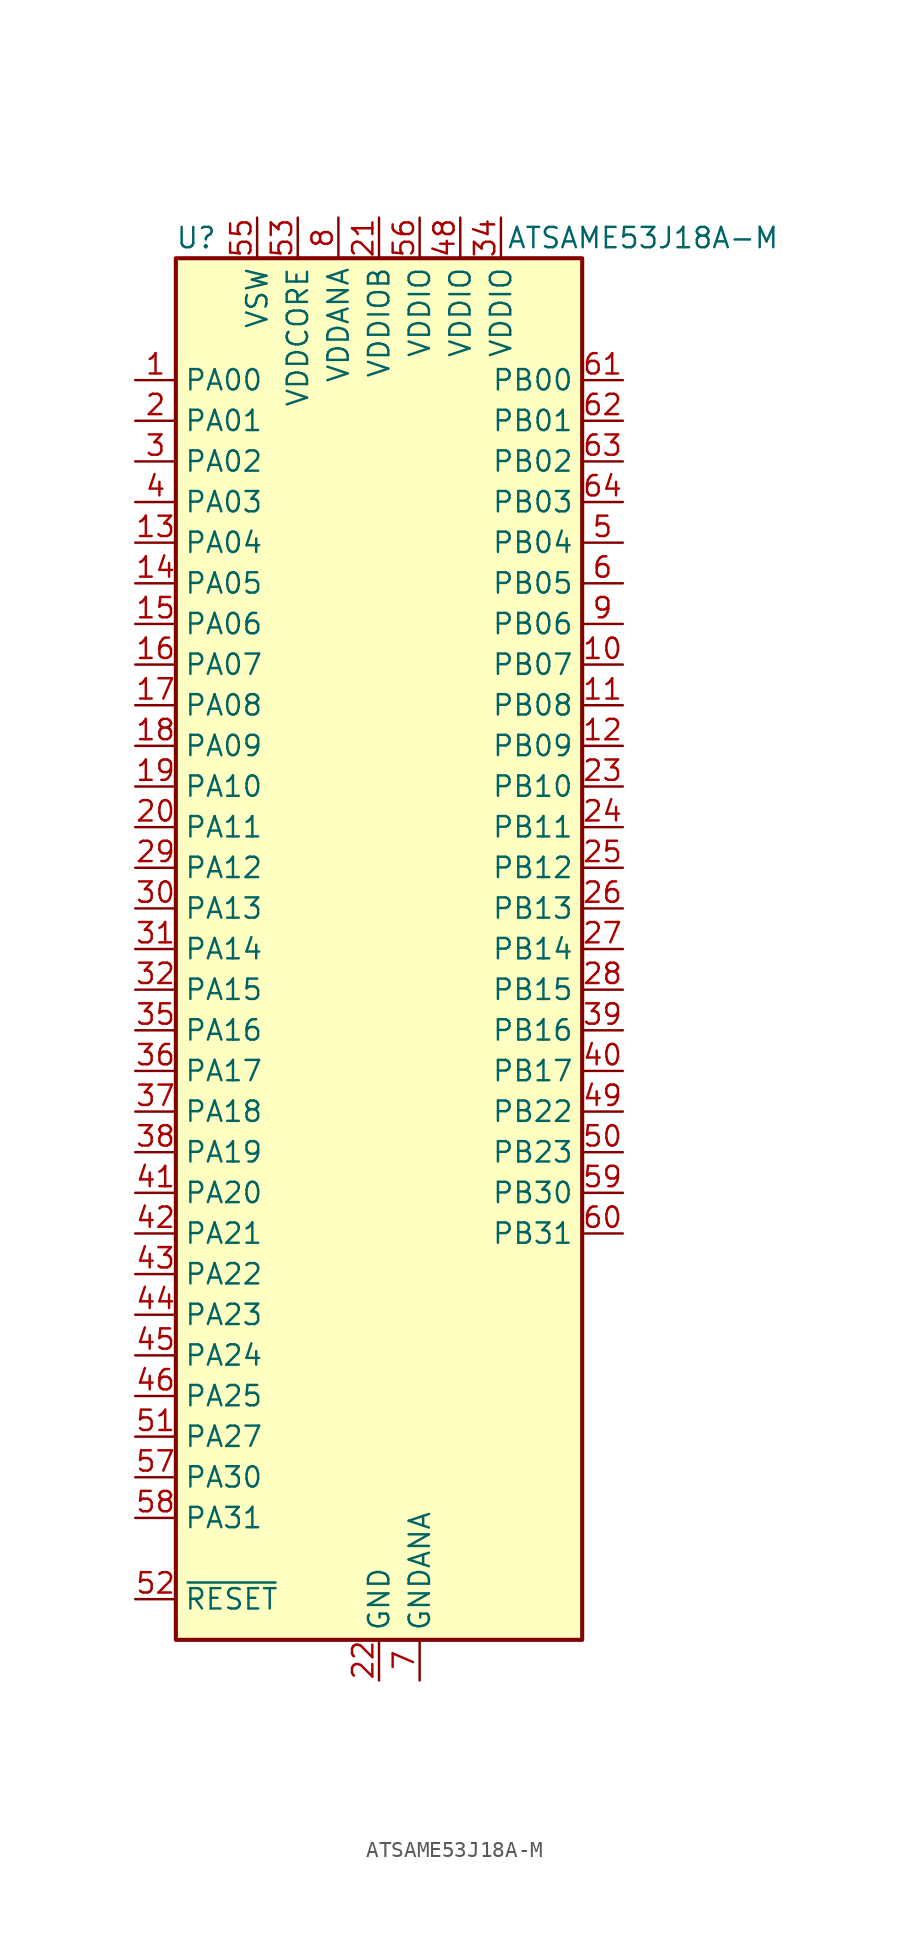
<source format=kicad_sym>
(kicad_symbol_lib
  (version 20241209)
  (generator "kicad_symbol_editor")
  (generator_version "9.0")
  (symbol "ATSAME53J18A-M"
    (property "Reference" "U"
      (at -11.43 44.45 0)
      (effects (font (size 1.27 1.27))))
    (property "Value" "ATSAME53J18A-M"
      (at 16.51 44.45 0)
      (effects (font (size 1.27 1.27))))
    (symbol "ATSAME53J18A-M_0_1"
      (rectangle (start -12.7 43.18) (end 12.7 -43.18) (stroke (width 0.254) (type default)) (fill (type background))))
    (symbol "ATSAME53J18A-M_1_1"
      (pin bidirectional line (at -15.24 35.56 0) (length 2.54) (name "PA00" (effects (font (size 1.27 1.27)))) (number "1" (effects (font (size 1.27 1.27)))))
      (pin bidirectional line (at -15.24 33.02 0) (length 2.54) (name "PA01" (effects (font (size 1.27 1.27)))) (number "2" (effects (font (size 1.27 1.27)))))
      (pin bidirectional line (at -15.24 30.48 0) (length 2.54) (name "PA02" (effects (font (size 1.27 1.27)))) (number "3" (effects (font (size 1.27 1.27)))))
      (pin bidirectional line (at -15.24 27.94 0) (length 2.54) (name "PA03" (effects (font (size 1.27 1.27)))) (number "4" (effects (font (size 1.27 1.27)))))
      (pin bidirectional line (at -15.24 25.4 0) (length 2.54) (name "PA04" (effects (font (size 1.27 1.27)))) (number "13" (effects (font (size 1.27 1.27)))))
      (pin bidirectional line (at -15.24 22.86 0) (length 2.54) (name "PA05" (effects (font (size 1.27 1.27)))) (number "14" (effects (font (size 1.27 1.27)))))
      (pin bidirectional line (at -15.24 20.32 0) (length 2.54) (name "PA06" (effects (font (size 1.27 1.27)))) (number "15" (effects (font (size 1.27 1.27)))))
      (pin bidirectional line (at -15.24 17.78 0) (length 2.54) (name "PA07" (effects (font (size 1.27 1.27)))) (number "16" (effects (font (size 1.27 1.27)))))
      (pin bidirectional line (at -15.24 15.24 0) (length 2.54) (name "PA08" (effects (font (size 1.27 1.27)))) (number "17" (effects (font (size 1.27 1.27)))))
      (pin bidirectional line (at -15.24 12.7 0) (length 2.54) (name "PA09" (effects (font (size 1.27 1.27)))) (number "18" (effects (font (size 1.27 1.27)))))
      (pin bidirectional line (at -15.24 10.16 0) (length 2.54) (name "PA10" (effects (font (size 1.27 1.27)))) (number "19" (effects (font (size 1.27 1.27)))))
      (pin bidirectional line (at -15.24 7.62 0) (length 2.54) (name "PA11" (effects (font (size 1.27 1.27)))) (number "20" (effects (font (size 1.27 1.27)))))
      (pin bidirectional line (at -15.24 5.08 0) (length 2.54) (name "PA12" (effects (font (size 1.27 1.27)))) (number "29" (effects (font (size 1.27 1.27)))))
      (pin bidirectional line (at -15.24 2.54 0) (length 2.54) (name "PA13" (effects (font (size 1.27 1.27)))) (number "30" (effects (font (size 1.27 1.27)))))
      (pin bidirectional line (at -15.24 0 0) (length 2.54) (name "PA14" (effects (font (size 1.27 1.27)))) (number "31" (effects (font (size 1.27 1.27)))))
      (pin bidirectional line (at -15.24 -2.54 0) (length 2.54) (name "PA15" (effects (font (size 1.27 1.27)))) (number "32" (effects (font (size 1.27 1.27)))))
      (pin bidirectional line (at -15.24 -5.08 0) (length 2.54) (name "PA16" (effects (font (size 1.27 1.27)))) (number "35" (effects (font (size 1.27 1.27)))))
      (pin bidirectional line (at -15.24 -7.62 0) (length 2.54) (name "PA17" (effects (font (size 1.27 1.27)))) (number "36" (effects (font (size 1.27 1.27)))))
      (pin bidirectional line (at -15.24 -10.16 0) (length 2.54) (name "PA18" (effects (font (size 1.27 1.27)))) (number "37" (effects (font (size 1.27 1.27)))))
      (pin bidirectional line (at -15.24 -12.7 0) (length 2.54) (name "PA19" (effects (font (size 1.27 1.27)))) (number "38" (effects (font (size 1.27 1.27)))))
      (pin bidirectional line (at -15.24 -15.24 0) (length 2.54) (name "PA20" (effects (font (size 1.27 1.27)))) (number "41" (effects (font (size 1.27 1.27)))))
      (pin bidirectional line (at -15.24 -17.78 0) (length 2.54) (name "PA21" (effects (font (size 1.27 1.27)))) (number "42" (effects (font (size 1.27 1.27)))))
      (pin bidirectional line (at -15.24 -20.32 0) (length 2.54) (name "PA22" (effects (font (size 1.27 1.27)))) (number "43" (effects (font (size 1.27 1.27)))))
      (pin bidirectional line (at -15.24 -22.86 0) (length 2.54) (name "PA23" (effects (font (size 1.27 1.27)))) (number "44" (effects (font (size 1.27 1.27)))))
      (pin bidirectional line (at -15.24 -25.4 0) (length 2.54) (name "PA24" (effects (font (size 1.27 1.27)))) (number "45" (effects (font (size 1.27 1.27)))))
      (pin bidirectional line (at -15.24 -27.94 0) (length 2.54) (name "PA25" (effects (font (size 1.27 1.27)))) (number "46" (effects (font (size 1.27 1.27)))))
      (pin bidirectional line (at -15.24 -30.48 0) (length 2.54) (name "PA27" (effects (font (size 1.27 1.27)))) (number "51" (effects (font (size 1.27 1.27)))))
      (pin bidirectional line (at -15.24 -33.02 0) (length 2.54) (name "PA30" (effects (font (size 1.27 1.27)))) (number "57" (effects (font (size 1.27 1.27)))))
      (pin bidirectional line (at -15.24 -35.56 0) (length 2.54) (name "PA31" (effects (font (size 1.27 1.27)))) (number "58" (effects (font (size 1.27 1.27)))))
      (pin input line (at -15.24 -40.64 0) (length 2.54) (name "~{RESET}" (effects (font (size 1.27 1.27)))) (number "52" (effects (font (size 1.27 1.27)))))
      (pin power_in line (at -7.62 45.72 270) (length 2.54) (name "VSW" (effects (font (size 1.27 1.27)))) (number "55" (effects (font (size 1.27 1.27)))))
      (pin power_out line (at -5.08 45.72 270) (length 2.54) (name "VDDCORE" (effects (font (size 1.27 1.27)))) (number "53" (effects (font (size 1.27 1.27)))))
      (pin power_in line (at -2.54 45.72 270) (length 2.54) (name "VDDANA" (effects (font (size 1.27 1.27)))) (number "8" (effects (font (size 1.27 1.27)))))
      (pin power_in line (at 0 45.72 270) (length 2.54) (name "VDDIOB" (effects (font (size 1.27 1.27)))) (number "21" (effects (font (size 1.27 1.27)))))
      (pin power_in line (at 0 -45.72 90) (length 2.54) (name "GND" (effects (font (size 1.27 1.27)))) (number "22" (effects (font (size 1.27 1.27)))))
      (pin passive line (at 0 -45.72 90) (length 2.54) (hide yes) (name "GND" (effects (font (size 1.27 1.27)))) (number "33" (effects (font (size 1.27 1.27)))))
      (pin passive line (at 0 -45.72 90) (length 2.54) (hide yes) (name "GND" (effects (font (size 1.27 1.27)))) (number "47" (effects (font (size 1.27 1.27)))))
      (pin passive line (at 0 -45.72 90) (length 2.54) (hide yes) (name "GND" (effects (font (size 1.27 1.27)))) (number "54" (effects (font (size 1.27 1.27)))))
      (pin passive line (at 0 -45.72 90) (length 2.54) (hide yes) (name "GND" (effects (font (size 1.27 1.27)))) (number "65" (effects (font (size 1.27 1.27)))))
      (pin power_in line (at 2.54 45.72 270) (length 2.54) (name "VDDIO" (effects (font (size 1.27 1.27)))) (number "56" (effects (font (size 1.27 1.27)))))
      (pin power_in line (at 2.54 -45.72 90) (length 2.54) (name "GNDANA" (effects (font (size 1.27 1.27)))) (number "7" (effects (font (size 1.27 1.27)))))
      (pin power_in line (at 5.08 45.72 270) (length 2.54) (name "VDDIO" (effects (font (size 1.27 1.27)))) (number "48" (effects (font (size 1.27 1.27)))))
      (pin power_in line (at 7.62 45.72 270) (length 2.54) (name "VDDIO" (effects (font (size 1.27 1.27)))) (number "34" (effects (font (size 1.27 1.27)))))
      (pin bidirectional line (at 15.24 35.56 180) (length 2.54) (name "PB00" (effects (font (size 1.27 1.27)))) (number "61" (effects (font (size 1.27 1.27)))))
      (pin bidirectional line (at 15.24 33.02 180) (length 2.54) (name "PB01" (effects (font (size 1.27 1.27)))) (number "62" (effects (font (size 1.27 1.27)))))
      (pin bidirectional line (at 15.24 30.48 180) (length 2.54) (name "PB02" (effects (font (size 1.27 1.27)))) (number "63" (effects (font (size 1.27 1.27)))))
      (pin bidirectional line (at 15.24 27.94 180) (length 2.54) (name "PB03" (effects (font (size 1.27 1.27)))) (number "64" (effects (font (size 1.27 1.27)))))
      (pin bidirectional line (at 15.24 25.4 180) (length 2.54) (name "PB04" (effects (font (size 1.27 1.27)))) (number "5" (effects (font (size 1.27 1.27)))))
      (pin bidirectional line (at 15.24 22.86 180) (length 2.54) (name "PB05" (effects (font (size 1.27 1.27)))) (number "6" (effects (font (size 1.27 1.27)))))
      (pin bidirectional line (at 15.24 20.32 180) (length 2.54) (name "PB06" (effects (font (size 1.27 1.27)))) (number "9" (effects (font (size 1.27 1.27)))))
      (pin bidirectional line (at 15.24 17.78 180) (length 2.54) (name "PB07" (effects (font (size 1.27 1.27)))) (number "10" (effects (font (size 1.27 1.27)))))
      (pin bidirectional line (at 15.24 15.24 180) (length 2.54) (name "PB08" (effects (font (size 1.27 1.27)))) (number "11" (effects (font (size 1.27 1.27)))))
      (pin bidirectional line (at 15.24 12.7 180) (length 2.54) (name "PB09" (effects (font (size 1.27 1.27)))) (number "12" (effects (font (size 1.27 1.27)))))
      (pin bidirectional line (at 15.24 10.16 180) (length 2.54) (name "PB10" (effects (font (size 1.27 1.27)))) (number "23" (effects (font (size 1.27 1.27)))))
      (pin bidirectional line (at 15.24 7.62 180) (length 2.54) (name "PB11" (effects (font (size 1.27 1.27)))) (number "24" (effects (font (size 1.27 1.27)))))
      (pin bidirectional line (at 15.24 5.08 180) (length 2.54) (name "PB12" (effects (font (size 1.27 1.27)))) (number "25" (effects (font (size 1.27 1.27)))))
      (pin bidirectional line (at 15.24 2.54 180) (length 2.54) (name "PB13" (effects (font (size 1.27 1.27)))) (number "26" (effects (font (size 1.27 1.27)))))
      (pin bidirectional line (at 15.24 0 180) (length 2.54) (name "PB14" (effects (font (size 1.27 1.27)))) (number "27" (effects (font (size 1.27 1.27)))))
      (pin bidirectional line (at 15.24 -2.54 180) (length 2.54) (name "PB15" (effects (font (size 1.27 1.27)))) (number "28" (effects (font (size 1.27 1.27)))))
      (pin bidirectional line (at 15.24 -5.08 180) (length 2.54) (name "PB16" (effects (font (size 1.27 1.27)))) (number "39" (effects (font (size 1.27 1.27)))))
      (pin bidirectional line (at 15.24 -7.62 180) (length 2.54) (name "PB17" (effects (font (size 1.27 1.27)))) (number "40" (effects (font (size 1.27 1.27)))))
      (pin bidirectional line (at 15.24 -10.16 180) (length 2.54) (name "PB22" (effects (font (size 1.27 1.27)))) (number "49" (effects (font (size 1.27 1.27)))))
      (pin bidirectional line (at 15.24 -12.7 180) (length 2.54) (name "PB23" (effects (font (size 1.27 1.27)))) (number "50" (effects (font (size 1.27 1.27)))))
      (pin bidirectional line (at 15.24 -15.24 180) (length 2.54) (name "PB30" (effects (font (size 1.27 1.27)))) (number "59" (effects (font (size 1.27 1.27)))))
      (pin bidirectional line (at 15.24 -17.78 180) (length 2.54) (name "PB31" (effects (font (size 1.27 1.27)))) (number "60" (effects (font (size 1.27 1.27))))))))
</source>
